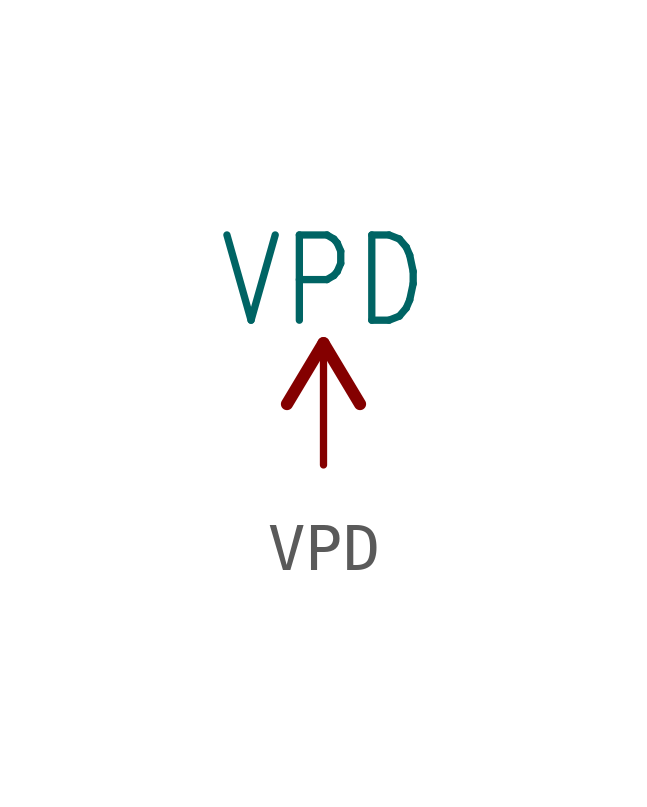
<source format=kicad_sym>
(kicad_symbol_lib
  (version 20211014)
  (generator kicad_symbol_editor)
  (symbol "VPD"
    (power)
    (property "Reference" "#VPD"
      (at 0 0 0)
      (effects (font (size 1.27 1.27)) hide))
    (property "Value" "VPD"
      (at 0 2.794 0)
      (effects (font (size 1.778 1.511)) (justify bottom)))
    (property "ki_locked" ""
      (at 0 0 0)
      (effects (font (size 1.27 1.27))))
    (symbol "VPD_1_0"
      (polyline (pts (xy 0 2.54) (xy -0.762 1.27)) (stroke (width 0.254) (type default) (color 0 0 0 0)) (fill (type none)))
      (polyline (pts (xy 0.762 1.27) (xy 0 2.54)) (stroke (width 0.254) (type default) (color 0 0 0 0)) (fill (type none)))
      (pin power_in line (at 0 0 90) (length 2.54) (name "VPD" (effects (font (size 0 0)))) (number "1" (effects (font (size 0 0))))))))
</source>
